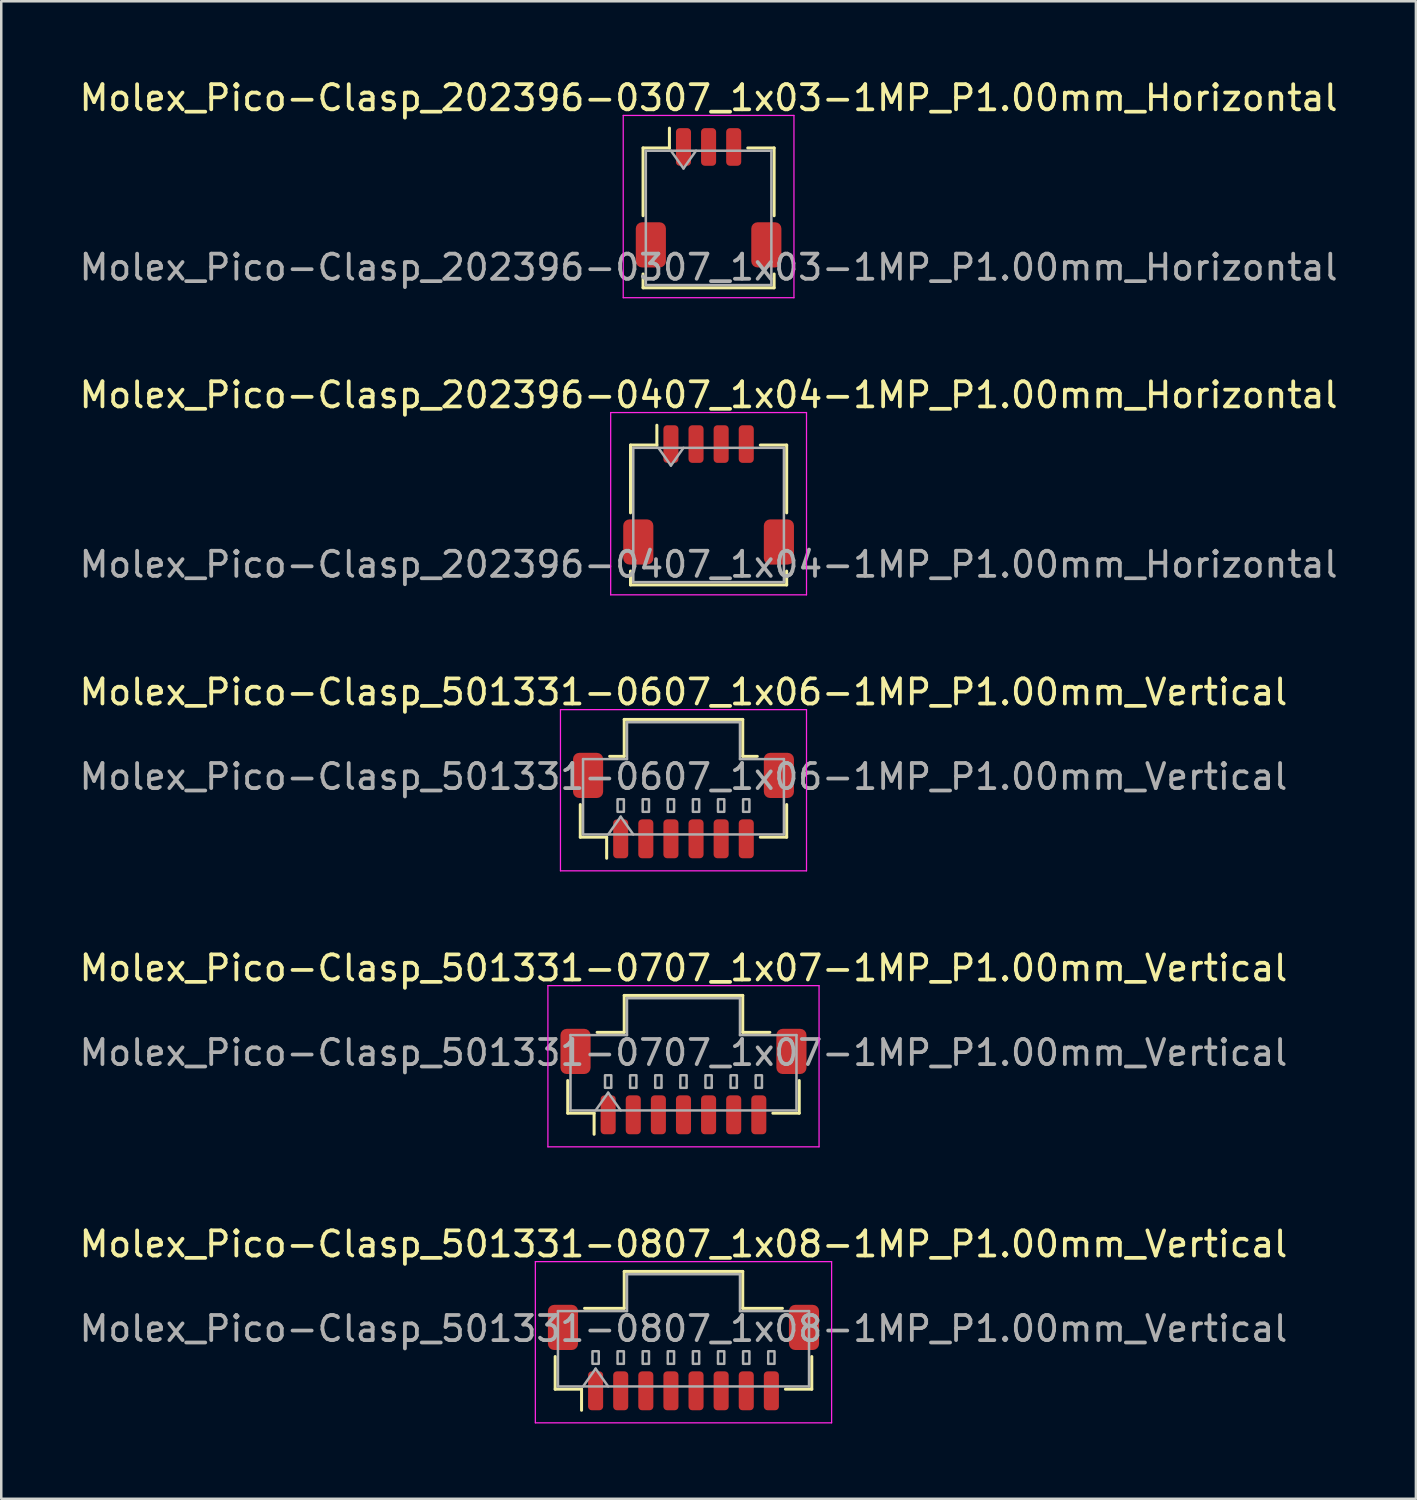
<source format=kicad_pcb>
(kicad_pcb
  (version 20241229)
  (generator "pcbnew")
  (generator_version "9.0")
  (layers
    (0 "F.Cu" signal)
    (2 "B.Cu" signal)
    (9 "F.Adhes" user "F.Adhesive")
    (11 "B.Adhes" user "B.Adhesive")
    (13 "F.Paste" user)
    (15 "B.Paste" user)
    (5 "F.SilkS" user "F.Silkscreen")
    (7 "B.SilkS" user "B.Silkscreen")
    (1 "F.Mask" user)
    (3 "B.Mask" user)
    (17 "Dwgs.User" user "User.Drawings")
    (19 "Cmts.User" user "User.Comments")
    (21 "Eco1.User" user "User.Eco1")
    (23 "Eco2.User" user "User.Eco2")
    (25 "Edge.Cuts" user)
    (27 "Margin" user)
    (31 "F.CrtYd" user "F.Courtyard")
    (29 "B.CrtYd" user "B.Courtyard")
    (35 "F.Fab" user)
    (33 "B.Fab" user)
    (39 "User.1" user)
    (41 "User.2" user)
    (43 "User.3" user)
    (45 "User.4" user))
  (footprint "Molex_Pico-Clasp_202396-0407_1x04-1MP_P1.00mm_Horizontal"
    (layer "F.Cu")
    (at 25.173 16.662)
    (property "Reference" "Molex_Pico-Clasp_202396-0407_1x04-1MP_P1.00mm_Horizontal" (at 0 -3.98 0) (layer "F.SilkS") (effects (font (size 1 1) (thickness 0.15))))
    (attr smd)
    (fp_line (start -3.11 -1.985) (end -2.06 -1.985) (stroke (width 0.12) (type solid)) (layer "F.SilkS"))
    (fp_line (start -3.11 0.715) (end -3.11 -1.985) (stroke (width 0.12) (type solid)) (layer "F.SilkS"))
    (fp_line (start -3.11 3.035) (end -3.11 3.585) (stroke (width 0.12) (type solid)) (layer "F.SilkS"))
    (fp_line (start -3.11 3.585) (end 3.11 3.585) (stroke (width 0.12) (type solid)) (layer "F.SilkS"))
    (fp_line (start -2.06 -1.985) (end -2.06 -2.775) (stroke (width 0.12) (type solid)) (layer "F.SilkS"))
    (fp_line (start 3.11 -1.985) (end 2.06 -1.985) (stroke (width 0.12) (type solid)) (layer "F.SilkS"))
    (fp_line (start 3.11 0.715) (end 3.11 -1.985) (stroke (width 0.12) (type solid)) (layer "F.SilkS"))
    (fp_line (start 3.11 3.585) (end 3.11 3.035) (stroke (width 0.12) (type solid)) (layer "F.SilkS"))
    (fp_line (start -3.9 -3.28) (end -3.9 3.98) (stroke (width 0.05) (type solid)) (layer "F.CrtYd"))
    (fp_line (start -3.9 3.98) (end 3.9 3.98) (stroke (width 0.05) (type solid)) (layer "F.CrtYd"))
    (fp_line (start 3.9 -3.28) (end -3.9 -3.28) (stroke (width 0.05) (type solid)) (layer "F.CrtYd"))
    (fp_line (start 3.9 3.98) (end 3.9 -3.28) (stroke (width 0.05) (type solid)) (layer "F.CrtYd"))
    (fp_line (start -3 -1.875) (end -3 3.475) (stroke (width 0.1) (type solid)) (layer "F.Fab"))
    (fp_line (start -3 -1.875) (end 3 -1.875) (stroke (width 0.1) (type solid)) (layer "F.Fab"))
    (fp_line (start -3 3.475) (end 3 3.475) (stroke (width 0.1) (type solid)) (layer "F.Fab"))
    (fp_line (start -2 -1.875) (end -1.5 -1.168) (stroke (width 0.1) (type solid)) (layer "F.Fab"))
    (fp_line (start -1.5 -1.168) (end -1 -1.875) (stroke (width 0.1) (type solid)) (layer "F.Fab"))
    (fp_line (start 3 -1.875) (end 3 3.475) (stroke (width 0.1) (type solid)) (layer "F.Fab"))
    (fp_text user "${REFERENCE}" (at 0 2.77 0) (layer "F.Fab") (effects (font (size 1 1) (thickness 0.15))))
    (pad "1" smd roundrect (at -1.5 -2.025) (size 0.6 1.5) (layers "F.Cu" "F.Mask" "F.Paste") (roundrect_rratio 0.25))
    (pad "2" smd roundrect (at -0.5 -2.025) (size 0.6 1.5) (layers "F.Cu" "F.Mask" "F.Paste") (roundrect_rratio 0.25))
    (pad "3" smd roundrect (at 0.5 -2.025) (size 0.6 1.5) (layers "F.Cu" "F.Mask" "F.Paste") (roundrect_rratio 0.25))
    (pad "4" smd roundrect (at 1.5 -2.025) (size 0.6 1.5) (layers "F.Cu" "F.Mask" "F.Paste") (roundrect_rratio 0.25))
    (pad "MP" smd roundrect (at -2.8 1.875) (size 1.2 1.8) (layers "F.Cu" "F.Mask" "F.Paste") (roundrect_rratio 0.208))
    (pad "MP" smd roundrect (at 2.8 1.875) (size 1.2 1.8) (layers "F.Cu" "F.Mask" "F.Paste") (roundrect_rratio 0.208)))
  (footprint "Molex_Pico-Clasp_501331-0807_1x08-1MP_P1.00mm_Vertical"
    (layer "F.Cu")
    (at 24.173 51.021)
    (property "Reference" "Molex_Pico-Clasp_501331-0807_1x08-1MP_P1.00mm_Vertical" (at 0 -4.52 0) (layer "F.SilkS") (effects (font (size 1 1) (thickness 0.15))))
    (attr smd)
    (fp_line (start -5.11 -0.04) (end -5.11 1.26) (stroke (width 0.12) (type solid)) (layer "F.SilkS"))
    (fp_line (start -5.11 1.26) (end -4.06 1.26) (stroke (width 0.12) (type solid)) (layer "F.SilkS"))
    (fp_line (start -4.06 1.26) (end -4.06 2.1) (stroke (width 0.12) (type solid)) (layer "F.SilkS"))
    (fp_line (start -3.94 -1.96) (end -2.36 -1.96) (stroke (width 0.12) (type solid)) (layer "F.SilkS"))
    (fp_line (start -2.36 -3.43) (end 2.36 -3.43) (stroke (width 0.12) (type solid)) (layer "F.SilkS"))
    (fp_line (start -2.36 -1.96) (end -2.36 -3.43) (stroke (width 0.12) (type solid)) (layer "F.SilkS"))
    (fp_line (start 2.36 -3.43) (end 2.36 -1.96) (stroke (width 0.12) (type solid)) (layer "F.SilkS"))
    (fp_line (start 2.36 -1.96) (end 3.94 -1.96) (stroke (width 0.12) (type solid)) (layer "F.SilkS"))
    (fp_line (start 5.11 -0.04) (end 5.11 1.26) (stroke (width 0.12) (type solid)) (layer "F.SilkS"))
    (fp_line (start 5.11 1.26) (end 4.06 1.26) (stroke (width 0.12) (type solid)) (layer "F.SilkS"))
    (fp_line (start -5.9 -3.82) (end -5.9 2.6) (stroke (width 0.05) (type solid)) (layer "F.CrtYd"))
    (fp_line (start -5.9 2.6) (end 5.9 2.6) (stroke (width 0.05) (type solid)) (layer "F.CrtYd"))
    (fp_line (start 5.9 -3.82) (end -5.9 -3.82) (stroke (width 0.05) (type solid)) (layer "F.CrtYd"))
    (fp_line (start 5.9 2.6) (end 5.9 -3.82) (stroke (width 0.05) (type solid)) (layer "F.CrtYd"))
    (fp_line (start -5 -1.85) (end -2.25 -1.85) (stroke (width 0.1) (type solid)) (layer "F.Fab"))
    (fp_line (start -5 1.15) (end -5 -1.85) (stroke (width 0.1) (type solid)) (layer "F.Fab"))
    (fp_line (start -5 1.15) (end 5 1.15) (stroke (width 0.1) (type solid)) (layer "F.Fab"))
    (fp_line (start -4 1.15) (end -3.5 0.443) (stroke (width 0.1) (type solid)) (layer "F.Fab"))
    (fp_line (start -3.5 0.443) (end -3 1.15) (stroke (width 0.1) (type solid)) (layer "F.Fab"))
    (fp_line (start -2.25 -3.32) (end 2.25 -3.32) (stroke (width 0.1) (type solid)) (layer "F.Fab"))
    (fp_line (start -2.25 -1.85) (end -2.25 -3.32) (stroke (width 0.1) (type solid)) (layer "F.Fab"))
    (fp_line (start 2.25 -3.32) (end 2.25 -1.85) (stroke (width 0.1) (type solid)) (layer "F.Fab"))
    (fp_line (start 2.25 -1.85) (end 5 -1.85) (stroke (width 0.1) (type solid)) (layer "F.Fab"))
    (fp_line (start 5 1.15) (end 5 -1.85) (stroke (width 0.1) (type solid)) (layer "F.Fab"))
    (fp_rect (start -3.625 -0.25) (end -3.375 0.25) (stroke (width 0.1) (type solid)) (fill no) (layer "F.Fab"))
    (fp_rect (start -2.625 -0.25) (end -2.375 0.25) (stroke (width 0.1) (type solid)) (fill no) (layer "F.Fab"))
    (fp_rect (start -1.625 -0.25) (end -1.375 0.25) (stroke (width 0.1) (type solid)) (fill no) (layer "F.Fab"))
    (fp_rect (start -0.625 -0.25) (end -0.375 0.25) (stroke (width 0.1) (type solid)) (fill no) (layer "F.Fab"))
    (fp_rect (start 0.375 -0.25) (end 0.625 0.25) (stroke (width 0.1) (type solid)) (fill no) (layer "F.Fab"))
    (fp_rect (start 1.375 -0.25) (end 1.625 0.25) (stroke (width 0.1) (type solid)) (fill no) (layer "F.Fab"))
    (fp_rect (start 2.375 -0.25) (end 2.625 0.25) (stroke (width 0.1) (type solid)) (fill no) (layer "F.Fab"))
    (fp_rect (start 3.375 -0.25) (end 3.625 0.25) (stroke (width 0.1) (type solid)) (fill no) (layer "F.Fab"))
    (fp_text user "${REFERENCE}" (at 0 -1.15 0) (layer "F.Fab") (effects (font (size 1 1) (thickness 0.15))))
    (pad "1" smd roundrect (at -3.5 1.325) (size 0.6 1.55) (layers "F.Cu" "F.Mask" "F.Paste") (roundrect_rratio 0.25))
    (pad "2" smd roundrect (at -2.5 1.325) (size 0.6 1.55) (layers "F.Cu" "F.Mask" "F.Paste") (roundrect_rratio 0.25))
    (pad "3" smd roundrect (at -1.5 1.325) (size 0.6 1.55) (layers "F.Cu" "F.Mask" "F.Paste") (roundrect_rratio 0.25))
    (pad "4" smd roundrect (at -0.5 1.325) (size 0.6 1.55) (layers "F.Cu" "F.Mask" "F.Paste") (roundrect_rratio 0.25))
    (pad "5" smd roundrect (at 0.5 1.325) (size 0.6 1.55) (layers "F.Cu" "F.Mask" "F.Paste") (roundrect_rratio 0.25))
    (pad "6" smd roundrect (at 1.5 1.325) (size 0.6 1.55) (layers "F.Cu" "F.Mask" "F.Paste") (roundrect_rratio 0.25))
    (pad "7" smd roundrect (at 2.5 1.325) (size 0.6 1.55) (layers "F.Cu" "F.Mask" "F.Paste") (roundrect_rratio 0.25))
    (pad "8" smd roundrect (at 3.5 1.325) (size 0.6 1.55) (layers "F.Cu" "F.Mask" "F.Paste") (roundrect_rratio 0.25))
    (pad "MP" smd roundrect (at -4.8 -1.2) (size 1.2 1.8) (layers "F.Cu" "F.Mask" "F.Paste") (roundrect_rratio 0.208))
    (pad "MP" smd roundrect (at 4.8 -1.2) (size 1.2 1.8) (layers "F.Cu" "F.Mask" "F.Paste") (roundrect_rratio 0.208)))
  (footprint "Molex_Pico-Clasp_501331-0707_1x07-1MP_P1.00mm_Vertical"
    (layer "F.Cu")
    (at 24.173 40.028)
    (property "Reference" "Molex_Pico-Clasp_501331-0707_1x07-1MP_P1.00mm_Vertical" (at 0 -4.52 0) (layer "F.SilkS") (effects (font (size 1 1) (thickness 0.15))))
    (attr smd)
    (fp_line (start -4.61 -0.04) (end -4.61 1.26) (stroke (width 0.12) (type solid)) (layer "F.SilkS"))
    (fp_line (start -4.61 1.26) (end -3.56 1.26) (stroke (width 0.12) (type solid)) (layer "F.SilkS"))
    (fp_line (start -3.56 1.26) (end -3.56 2.1) (stroke (width 0.12) (type solid)) (layer "F.SilkS"))
    (fp_line (start -3.44 -1.96) (end -2.36 -1.96) (stroke (width 0.12) (type solid)) (layer "F.SilkS"))
    (fp_line (start -2.36 -3.43) (end 2.36 -3.43) (stroke (width 0.12) (type solid)) (layer "F.SilkS"))
    (fp_line (start -2.36 -1.96) (end -2.36 -3.43) (stroke (width 0.12) (type solid)) (layer "F.SilkS"))
    (fp_line (start 2.36 -3.43) (end 2.36 -1.96) (stroke (width 0.12) (type solid)) (layer "F.SilkS"))
    (fp_line (start 2.36 -1.96) (end 3.44 -1.96) (stroke (width 0.12) (type solid)) (layer "F.SilkS"))
    (fp_line (start 4.61 -0.04) (end 4.61 1.26) (stroke (width 0.12) (type solid)) (layer "F.SilkS"))
    (fp_line (start 4.61 1.26) (end 3.56 1.26) (stroke (width 0.12) (type solid)) (layer "F.SilkS"))
    (fp_line (start -5.4 -3.82) (end -5.4 2.6) (stroke (width 0.05) (type solid)) (layer "F.CrtYd"))
    (fp_line (start -5.4 2.6) (end 5.4 2.6) (stroke (width 0.05) (type solid)) (layer "F.CrtYd"))
    (fp_line (start 5.4 -3.82) (end -5.4 -3.82) (stroke (width 0.05) (type solid)) (layer "F.CrtYd"))
    (fp_line (start 5.4 2.6) (end 5.4 -3.82) (stroke (width 0.05) (type solid)) (layer "F.CrtYd"))
    (fp_line (start -4.5 -1.85) (end -2.25 -1.85) (stroke (width 0.1) (type solid)) (layer "F.Fab"))
    (fp_line (start -4.5 1.15) (end -4.5 -1.85) (stroke (width 0.1) (type solid)) (layer "F.Fab"))
    (fp_line (start -4.5 1.15) (end 4.5 1.15) (stroke (width 0.1) (type solid)) (layer "F.Fab"))
    (fp_line (start -3.5 1.15) (end -3 0.443) (stroke (width 0.1) (type solid)) (layer "F.Fab"))
    (fp_line (start -3 0.443) (end -2.5 1.15) (stroke (width 0.1) (type solid)) (layer "F.Fab"))
    (fp_line (start -2.25 -3.32) (end 2.25 -3.32) (stroke (width 0.1) (type solid)) (layer "F.Fab"))
    (fp_line (start -2.25 -1.85) (end -2.25 -3.32) (stroke (width 0.1) (type solid)) (layer "F.Fab"))
    (fp_line (start 2.25 -3.32) (end 2.25 -1.85) (stroke (width 0.1) (type solid)) (layer "F.Fab"))
    (fp_line (start 2.25 -1.85) (end 4.5 -1.85) (stroke (width 0.1) (type solid)) (layer "F.Fab"))
    (fp_line (start 4.5 1.15) (end 4.5 -1.85) (stroke (width 0.1) (type solid)) (layer "F.Fab"))
    (fp_rect (start -3.125 -0.25) (end -2.875 0.25) (stroke (width 0.1) (type solid)) (fill no) (layer "F.Fab"))
    (fp_rect (start -2.125 -0.25) (end -1.875 0.25) (stroke (width 0.1) (type solid)) (fill no) (layer "F.Fab"))
    (fp_rect (start -1.125 -0.25) (end -0.875 0.25) (stroke (width 0.1) (type solid)) (fill no) (layer "F.Fab"))
    (fp_rect (start -0.125 -0.25) (end 0.125 0.25) (stroke (width 0.1) (type solid)) (fill no) (layer "F.Fab"))
    (fp_rect (start 0.875 -0.25) (end 1.125 0.25) (stroke (width 0.1) (type solid)) (fill no) (layer "F.Fab"))
    (fp_rect (start 1.875 -0.25) (end 2.125 0.25) (stroke (width 0.1) (type solid)) (fill no) (layer "F.Fab"))
    (fp_rect (start 2.875 -0.25) (end 3.125 0.25) (stroke (width 0.1) (type solid)) (fill no) (layer "F.Fab"))
    (fp_text user "${REFERENCE}" (at 0 -1.15 0) (layer "F.Fab") (effects (font (size 1 1) (thickness 0.15))))
    (pad "1" smd roundrect (at -3 1.325) (size 0.6 1.55) (layers "F.Cu" "F.Mask" "F.Paste") (roundrect_rratio 0.25))
    (pad "2" smd roundrect (at -2 1.325) (size 0.6 1.55) (layers "F.Cu" "F.Mask" "F.Paste") (roundrect_rratio 0.25))
    (pad "3" smd roundrect (at -1 1.325) (size 0.6 1.55) (layers "F.Cu" "F.Mask" "F.Paste") (roundrect_rratio 0.25))
    (pad "4" smd roundrect (at 0 1.325) (size 0.6 1.55) (layers "F.Cu" "F.Mask" "F.Paste") (roundrect_rratio 0.25))
    (pad "5" smd roundrect (at 1 1.325) (size 0.6 1.55) (layers "F.Cu" "F.Mask" "F.Paste") (roundrect_rratio 0.25))
    (pad "6" smd roundrect (at 2 1.325) (size 0.6 1.55) (layers "F.Cu" "F.Mask" "F.Paste") (roundrect_rratio 0.25))
    (pad "7" smd roundrect (at 3 1.325) (size 0.6 1.55) (layers "F.Cu" "F.Mask" "F.Paste") (roundrect_rratio 0.25))
    (pad "MP" smd roundrect (at -4.3 -1.2) (size 1.2 1.8) (layers "F.Cu" "F.Mask" "F.Paste") (roundrect_rratio 0.208))
    (pad "MP" smd roundrect (at 4.3 -1.2) (size 1.2 1.8) (layers "F.Cu" "F.Mask" "F.Paste") (roundrect_rratio 0.208)))
  (footprint "Molex_Pico-Clasp_202396-0307_1x03-1MP_P1.00mm_Horizontal"
    (layer "F.Cu")
    (at 25.173 4.828)
    (property "Reference" "Molex_Pico-Clasp_202396-0307_1x03-1MP_P1.00mm_Horizontal" (at 0 -3.98 0) (layer "F.SilkS") (effects (font (size 1 1) (thickness 0.15))))
    (attr smd)
    (fp_line (start -2.61 -1.985) (end -1.56 -1.985) (stroke (width 0.12) (type solid)) (layer "F.SilkS"))
    (fp_line (start -2.61 0.715) (end -2.61 -1.985) (stroke (width 0.12) (type solid)) (layer "F.SilkS"))
    (fp_line (start -2.61 3.035) (end -2.61 3.585) (stroke (width 0.12) (type solid)) (layer "F.SilkS"))
    (fp_line (start -2.61 3.585) (end 2.61 3.585) (stroke (width 0.12) (type solid)) (layer "F.SilkS"))
    (fp_line (start -1.56 -1.985) (end -1.56 -2.775) (stroke (width 0.12) (type solid)) (layer "F.SilkS"))
    (fp_line (start 2.61 -1.985) (end 1.56 -1.985) (stroke (width 0.12) (type solid)) (layer "F.SilkS"))
    (fp_line (start 2.61 0.715) (end 2.61 -1.985) (stroke (width 0.12) (type solid)) (layer "F.SilkS"))
    (fp_line (start 2.61 3.585) (end 2.61 3.035) (stroke (width 0.12) (type solid)) (layer "F.SilkS"))
    (fp_line (start -3.4 -3.28) (end -3.4 3.98) (stroke (width 0.05) (type solid)) (layer "F.CrtYd"))
    (fp_line (start -3.4 3.98) (end 3.4 3.98) (stroke (width 0.05) (type solid)) (layer "F.CrtYd"))
    (fp_line (start 3.4 -3.28) (end -3.4 -3.28) (stroke (width 0.05) (type solid)) (layer "F.CrtYd"))
    (fp_line (start 3.4 3.98) (end 3.4 -3.28) (stroke (width 0.05) (type solid)) (layer "F.CrtYd"))
    (fp_line (start -2.5 -1.875) (end -2.5 3.475) (stroke (width 0.1) (type solid)) (layer "F.Fab"))
    (fp_line (start -2.5 -1.875) (end 2.5 -1.875) (stroke (width 0.1) (type solid)) (layer "F.Fab"))
    (fp_line (start -2.5 3.475) (end 2.5 3.475) (stroke (width 0.1) (type solid)) (layer "F.Fab"))
    (fp_line (start -1.5 -1.875) (end -1 -1.168) (stroke (width 0.1) (type solid)) (layer "F.Fab"))
    (fp_line (start -1 -1.168) (end -0.5 -1.875) (stroke (width 0.1) (type solid)) (layer "F.Fab"))
    (fp_line (start 2.5 -1.875) (end 2.5 3.475) (stroke (width 0.1) (type solid)) (layer "F.Fab"))
    (fp_text user "${REFERENCE}" (at 0 2.77 0) (layer "F.Fab") (effects (font (size 1 1) (thickness 0.15))))
    (pad "1" smd roundrect (at -1 -2.025) (size 0.6 1.5) (layers "F.Cu" "F.Mask" "F.Paste") (roundrect_rratio 0.25))
    (pad "2" smd roundrect (at 0 -2.025) (size 0.6 1.5) (layers "F.Cu" "F.Mask" "F.Paste") (roundrect_rratio 0.25))
    (pad "3" smd roundrect (at 1 -2.025) (size 0.6 1.5) (layers "F.Cu" "F.Mask" "F.Paste") (roundrect_rratio 0.25))
    (pad "MP" smd roundrect (at -2.3 1.875) (size 1.2 1.8) (layers "F.Cu" "F.Mask" "F.Paste") (roundrect_rratio 0.208))
    (pad "MP" smd roundrect (at 2.3 1.875) (size 1.2 1.8) (layers "F.Cu" "F.Mask" "F.Paste") (roundrect_rratio 0.208)))
  (footprint "Molex_Pico-Clasp_501331-0607_1x06-1MP_P1.00mm_Vertical"
    (layer "F.Cu")
    (at 24.173 29.035)
    (property "Reference" "Molex_Pico-Clasp_501331-0607_1x06-1MP_P1.00mm_Vertical" (at 0 -4.52 0) (layer "F.SilkS") (effects (font (size 1 1) (thickness 0.15))))
    (attr smd)
    (fp_line (start -4.11 -0.04) (end -4.11 1.26) (stroke (width 0.12) (type solid)) (layer "F.SilkS"))
    (fp_line (start -4.11 1.26) (end -3.06 1.26) (stroke (width 0.12) (type solid)) (layer "F.SilkS"))
    (fp_line (start -3.06 1.26) (end -3.06 2.1) (stroke (width 0.12) (type solid)) (layer "F.SilkS"))
    (fp_line (start -2.94 -1.96) (end -2.36 -1.96) (stroke (width 0.12) (type solid)) (layer "F.SilkS"))
    (fp_line (start -2.36 -3.43) (end 2.36 -3.43) (stroke (width 0.12) (type solid)) (layer "F.SilkS"))
    (fp_line (start -2.36 -1.96) (end -2.36 -3.43) (stroke (width 0.12) (type solid)) (layer "F.SilkS"))
    (fp_line (start 2.36 -3.43) (end 2.36 -1.96) (stroke (width 0.12) (type solid)) (layer "F.SilkS"))
    (fp_line (start 2.36 -1.96) (end 2.94 -1.96) (stroke (width 0.12) (type solid)) (layer "F.SilkS"))
    (fp_line (start 4.11 -0.04) (end 4.11 1.26) (stroke (width 0.12) (type solid)) (layer "F.SilkS"))
    (fp_line (start 4.11 1.26) (end 3.06 1.26) (stroke (width 0.12) (type solid)) (layer "F.SilkS"))
    (fp_line (start -4.9 -3.82) (end -4.9 2.6) (stroke (width 0.05) (type solid)) (layer "F.CrtYd"))
    (fp_line (start -4.9 2.6) (end 4.9 2.6) (stroke (width 0.05) (type solid)) (layer "F.CrtYd"))
    (fp_line (start 4.9 -3.82) (end -4.9 -3.82) (stroke (width 0.05) (type solid)) (layer "F.CrtYd"))
    (fp_line (start 4.9 2.6) (end 4.9 -3.82) (stroke (width 0.05) (type solid)) (layer "F.CrtYd"))
    (fp_line (start -4 -1.85) (end -2.25 -1.85) (stroke (width 0.1) (type solid)) (layer "F.Fab"))
    (fp_line (start -4 1.15) (end -4 -1.85) (stroke (width 0.1) (type solid)) (layer "F.Fab"))
    (fp_line (start -4 1.15) (end 4 1.15) (stroke (width 0.1) (type solid)) (layer "F.Fab"))
    (fp_line (start -3 1.15) (end -2.5 0.443) (stroke (width 0.1) (type solid)) (layer "F.Fab"))
    (fp_line (start -2.5 0.443) (end -2 1.15) (stroke (width 0.1) (type solid)) (layer "F.Fab"))
    (fp_line (start -2.25 -3.32) (end 2.25 -3.32) (stroke (width 0.1) (type solid)) (layer "F.Fab"))
    (fp_line (start -2.25 -1.85) (end -2.25 -3.32) (stroke (width 0.1) (type solid)) (layer "F.Fab"))
    (fp_line (start 2.25 -3.32) (end 2.25 -1.85) (stroke (width 0.1) (type solid)) (layer "F.Fab"))
    (fp_line (start 2.25 -1.85) (end 4 -1.85) (stroke (width 0.1) (type solid)) (layer "F.Fab"))
    (fp_line (start 4 1.15) (end 4 -1.85) (stroke (width 0.1) (type solid)) (layer "F.Fab"))
    (fp_rect (start -2.625 -0.25) (end -2.375 0.25) (stroke (width 0.1) (type solid)) (fill no) (layer "F.Fab"))
    (fp_rect (start -1.625 -0.25) (end -1.375 0.25) (stroke (width 0.1) (type solid)) (fill no) (layer "F.Fab"))
    (fp_rect (start -0.625 -0.25) (end -0.375 0.25) (stroke (width 0.1) (type solid)) (fill no) (layer "F.Fab"))
    (fp_rect (start 0.375 -0.25) (end 0.625 0.25) (stroke (width 0.1) (type solid)) (fill no) (layer "F.Fab"))
    (fp_rect (start 1.375 -0.25) (end 1.625 0.25) (stroke (width 0.1) (type solid)) (fill no) (layer "F.Fab"))
    (fp_rect (start 2.375 -0.25) (end 2.625 0.25) (stroke (width 0.1) (type solid)) (fill no) (layer "F.Fab"))
    (fp_text user "${REFERENCE}" (at 0 -1.15 0) (layer "F.Fab") (effects (font (size 1 1) (thickness 0.15))))
    (pad "1" smd roundrect (at -2.5 1.325) (size 0.6 1.55) (layers "F.Cu" "F.Mask" "F.Paste") (roundrect_rratio 0.25))
    (pad "2" smd roundrect (at -1.5 1.325) (size 0.6 1.55) (layers "F.Cu" "F.Mask" "F.Paste") (roundrect_rratio 0.25))
    (pad "3" smd roundrect (at -0.5 1.325) (size 0.6 1.55) (layers "F.Cu" "F.Mask" "F.Paste") (roundrect_rratio 0.25))
    (pad "4" smd roundrect (at 0.5 1.325) (size 0.6 1.55) (layers "F.Cu" "F.Mask" "F.Paste") (roundrect_rratio 0.25))
    (pad "5" smd roundrect (at 1.5 1.325) (size 0.6 1.55) (layers "F.Cu" "F.Mask" "F.Paste") (roundrect_rratio 0.25))
    (pad "6" smd roundrect (at 2.5 1.325) (size 0.6 1.55) (layers "F.Cu" "F.Mask" "F.Paste") (roundrect_rratio 0.25))
    (pad "MP" smd roundrect (at -3.8 -1.2) (size 1.2 1.8) (layers "F.Cu" "F.Mask" "F.Paste") (roundrect_rratio 0.208))
    (pad "MP" smd roundrect (at 3.8 -1.2) (size 1.2 1.8) (layers "F.Cu" "F.Mask" "F.Paste") (roundrect_rratio 0.208)))
  (gr_rect
    (start -3 -3)
    (end 53.345 56.646)
    (stroke (width 0.1) (type default))
    (fill no)
    (layer "Edge.Cuts")))
</source>
